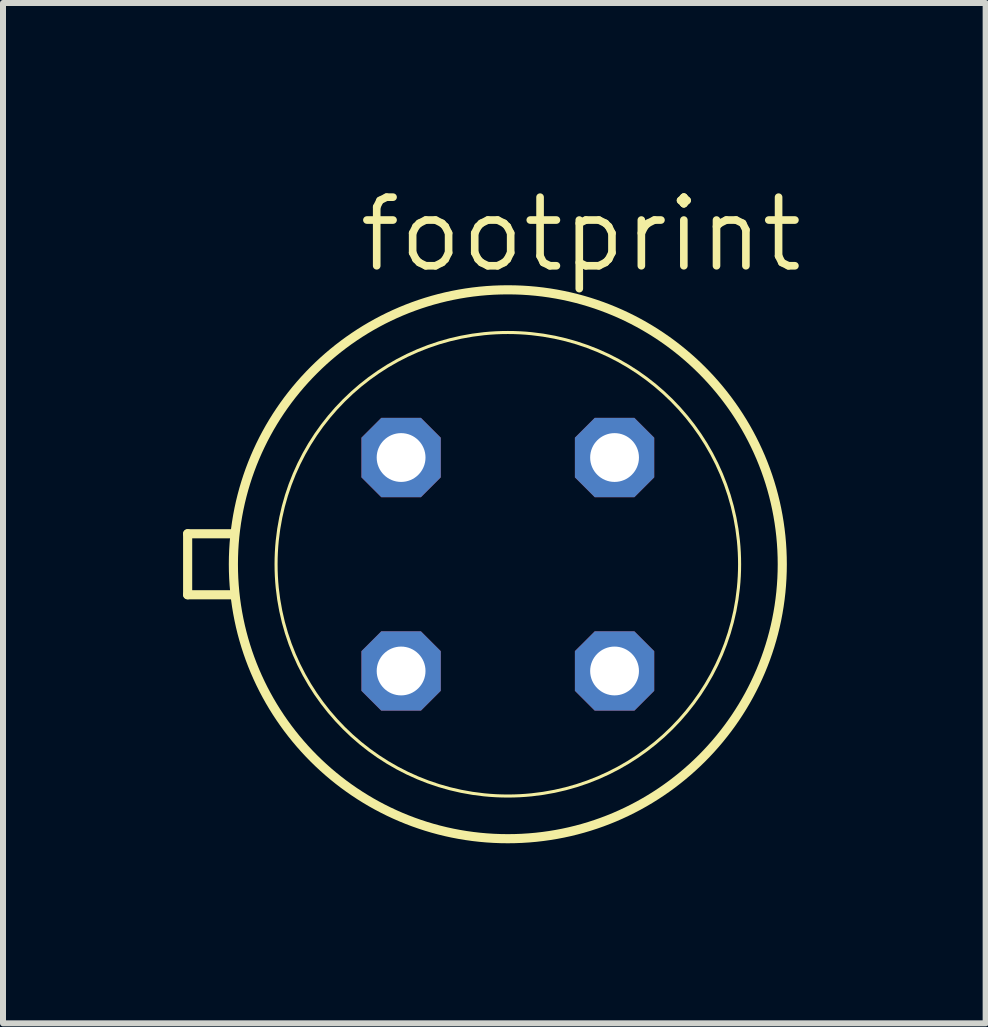
<source format=kicad_pcb>
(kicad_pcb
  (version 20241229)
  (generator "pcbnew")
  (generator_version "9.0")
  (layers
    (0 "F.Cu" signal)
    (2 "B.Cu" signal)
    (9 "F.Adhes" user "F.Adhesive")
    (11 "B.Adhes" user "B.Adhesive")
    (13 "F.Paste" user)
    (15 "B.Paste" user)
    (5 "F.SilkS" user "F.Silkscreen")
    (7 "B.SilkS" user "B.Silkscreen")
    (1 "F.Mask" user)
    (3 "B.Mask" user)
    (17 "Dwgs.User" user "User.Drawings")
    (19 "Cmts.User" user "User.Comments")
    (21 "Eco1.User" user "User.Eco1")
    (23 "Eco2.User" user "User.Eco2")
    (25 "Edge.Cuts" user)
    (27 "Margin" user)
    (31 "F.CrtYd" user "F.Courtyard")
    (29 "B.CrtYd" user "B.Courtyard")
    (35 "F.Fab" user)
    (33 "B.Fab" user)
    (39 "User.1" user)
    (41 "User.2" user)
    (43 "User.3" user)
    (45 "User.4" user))
  (footprint "footprint"
    (layer "F.Cu")
    (at 5.41 6.35)
    (property "Reference" "footprint" (at -2.54 -4.826 0) (layer "F.SilkS") (effects (font (size 1.143 1.143) (thickness 0.127)) (justify left bottom)))
    (fp_line (start -5.334 0.508) (end -5.334 -0.508) (stroke (width 0.152) (type solid)) (layer "F.SilkS"))
    (fp_line (start -5.334 0.508) (end -4.572 0.508) (stroke (width 0.152) (type solid)) (layer "F.SilkS"))
    (fp_line (start -4.572 -0.508) (end -5.334 -0.508) (stroke (width 0.152) (type solid)) (layer "F.SilkS"))
    (fp_circle (center 0 0) (end 3.861 0) (stroke (width 0.051) (type solid)) (fill no) (layer "F.SilkS"))
    (fp_circle (center 0 0) (end 4.572 0) (stroke (width 0.152) (type solid)) (fill no) (layer "F.SilkS"))
    (pad "1" thru_hole roundrect (at -1.778 1.778) (size 1.321 1.321) (drill 0.813) (layers "*.Cu" "*.Mask") (roundrect_rratio 0.25) (chamfer_ratio 0.25) (chamfer top_left top_right bottom_left bottom_right))
    (pad "2" thru_hole roundrect (at 1.778 1.778) (size 1.321 1.321) (drill 0.813) (layers "*.Cu" "*.Mask") (roundrect_rratio 0.25) (chamfer_ratio 0.25) (chamfer top_left top_right bottom_left bottom_right))
    (pad "3" thru_hole roundrect (at 1.778 -1.778) (size 1.321 1.321) (drill 0.813) (layers "*.Cu" "*.Mask") (roundrect_rratio 0.25) (chamfer_ratio 0.25) (chamfer top_left top_right bottom_left bottom_right))
    (pad "4" thru_hole roundrect (at -1.778 -1.778) (size 1.321 1.321) (drill 0.813) (layers "*.Cu" "*.Mask") (roundrect_rratio 0.25) (chamfer_ratio 0.25) (chamfer top_left top_right bottom_left bottom_right)))
  (gr_rect
    (start -3 -3)
    (end 13.37 13.998)
    (stroke (width 0.1) (type default))
    (fill no)
    (layer "Edge.Cuts")))
</source>
